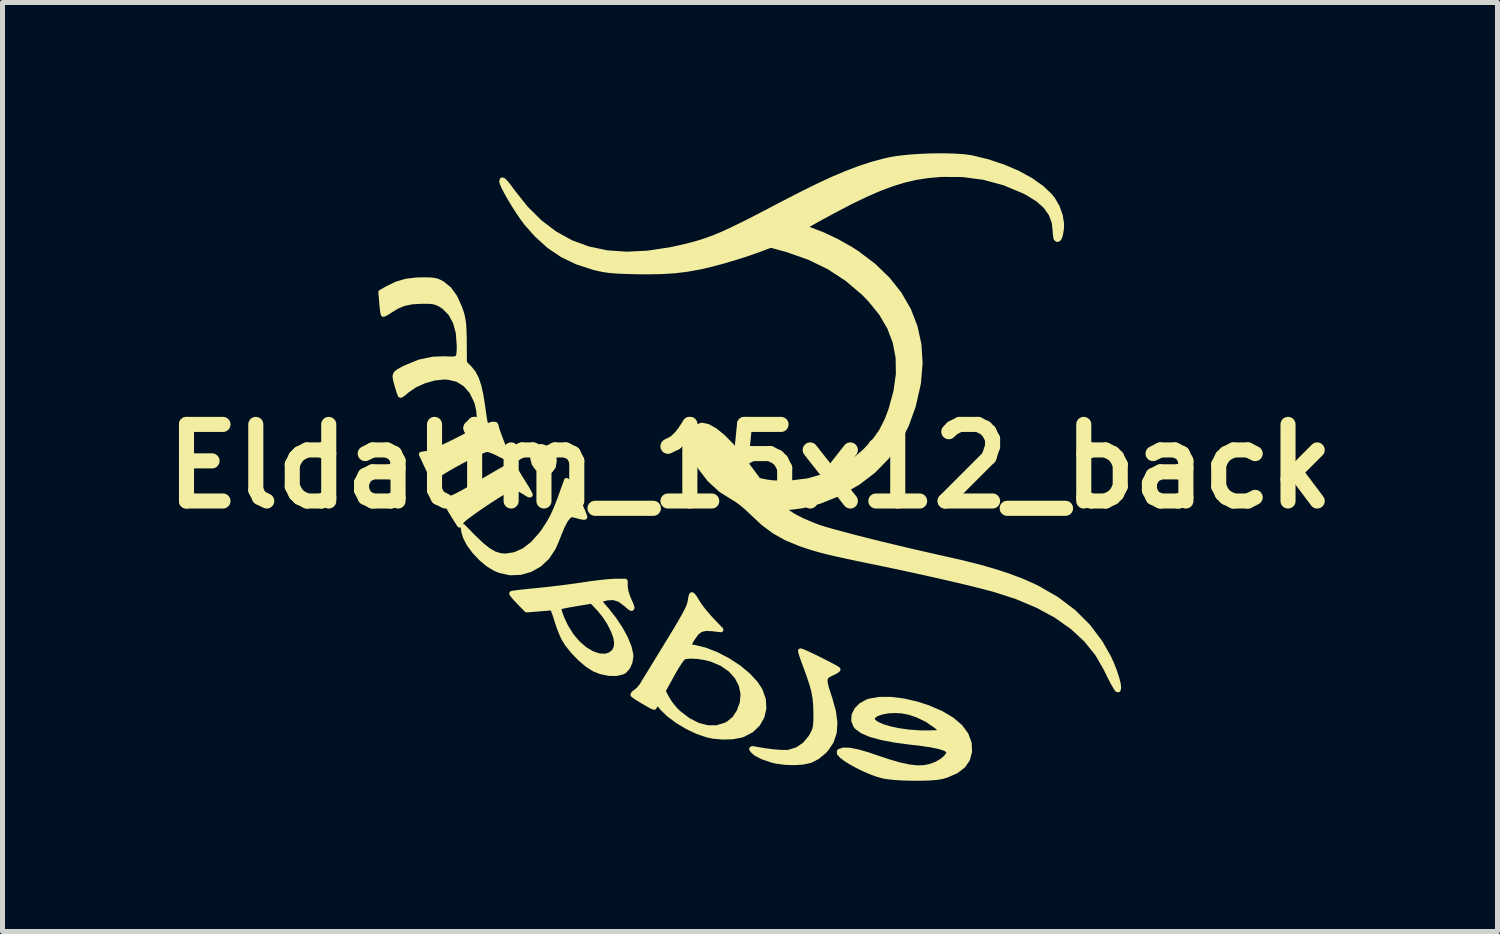
<source format=kicad_pcb>
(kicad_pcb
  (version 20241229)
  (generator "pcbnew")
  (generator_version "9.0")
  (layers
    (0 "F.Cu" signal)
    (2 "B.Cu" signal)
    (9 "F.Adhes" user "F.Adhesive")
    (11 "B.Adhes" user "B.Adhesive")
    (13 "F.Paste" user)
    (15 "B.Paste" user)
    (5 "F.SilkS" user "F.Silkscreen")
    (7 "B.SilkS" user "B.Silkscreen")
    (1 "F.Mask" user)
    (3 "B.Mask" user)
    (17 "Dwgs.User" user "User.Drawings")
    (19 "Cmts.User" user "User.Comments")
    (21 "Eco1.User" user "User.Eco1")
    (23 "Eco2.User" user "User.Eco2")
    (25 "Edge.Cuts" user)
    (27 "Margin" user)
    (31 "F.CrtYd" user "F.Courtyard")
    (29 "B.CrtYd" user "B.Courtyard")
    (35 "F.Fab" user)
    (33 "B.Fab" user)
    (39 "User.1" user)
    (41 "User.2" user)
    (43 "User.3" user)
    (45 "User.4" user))
  (footprint "Eldalim_15x12_back"
    (layer "F.Cu")
    (at 11.873 6.229)
    (property "Reference" "Eldalim_15x12_back" (at 0 0 0) (layer "F.SilkS") (effects (font (size 1.524 1.524) (thickness 0.3))))
    (attr through_hole)
    (fp_poly (pts (xy -3.895 -0.108) (xy -3.915 0.006) (xy -3.97 0.081) (xy -4.048 0.113) (xy -4.141 0.097) (xy -4.236 0.03) (xy -4.297 -0.059) (xy -4.322 -0.158) (xy -4.314 -0.254) (xy -4.276 -0.334) (xy -4.209 -0.384) (xy -4.151 -0.395) (xy -4.075 -0.371) (xy -3.998 -0.309) (xy -3.934 -0.226) (xy -3.898 -0.139) (xy -3.895 -0.108)) (stroke (width 0.1) (type solid)) (fill yes) (layer "F.SilkS"))
    (fp_poly (pts (xy -4.374 0.567) (xy -4.394 0.569) (xy -4.443 0.542) (xy -4.469 0.524) (xy -4.588 0.455) (xy -4.704 0.431) (xy -4.801 0.453) (xy -4.9 0.508) (xy -5.022 0.582) (xy -5.156 0.669) (xy -5.295 0.761) (xy -5.43 0.853) (xy -5.55 0.939) (xy -5.649 1.012) (xy -5.715 1.067) (xy -5.74 1.095) (xy -5.779 1.168) (xy -5.877 1.015) (xy -5.947 0.901) (xy -6.006 0.798) (xy -6.049 0.716) (xy -6.067 0.668) (xy -6.068 0.665) (xy -6.043 0.653) (xy -5.992 0.649) (xy -5.942 0.634) (xy -5.85 0.592) (xy -5.72 0.524) (xy -5.558 0.434) (xy -5.368 0.324) (xy -5.346 0.31) (xy -5.183 0.215) (xy -5.036 0.13) (xy -4.912 0.059) (xy -4.817 0.007) (xy -4.759 -0.023) (xy -4.745 -0.028) (xy -4.713 -0.005) (xy -4.675 0.051) (xy -4.668 0.064) (xy -4.629 0.132) (xy -4.572 0.229) (xy -4.506 0.333) (xy -4.498 0.347) (xy -4.44 0.439) (xy -4.397 0.516) (xy -4.375 0.561) (xy -4.374 0.567)) (stroke (width 0.1) (type solid)) (fill yes) (layer "F.SilkS"))
    (fp_poly (pts (xy -3.288 1.011) (xy -3.321 1.012) (xy -3.387 0.999) (xy -3.411 0.992) (xy -3.488 0.971) (xy -3.543 0.96) (xy -3.551 0.96) (xy -3.606 0.987) (xy -3.668 1.065) (xy -3.735 1.191) (xy -3.785 1.311) (xy -3.831 1.427) (xy -3.875 1.533) (xy -3.909 1.61) (xy -3.915 1.623) (xy -4.037 1.807) (xy -4.192 1.952) (xy -4.371 2.053) (xy -4.567 2.109) (xy -4.771 2.117) (xy -4.977 2.073) (xy -5.066 2.036) (xy -5.21 1.949) (xy -5.352 1.83) (xy -5.482 1.692) (xy -5.59 1.546) (xy -5.664 1.403) (xy -5.693 1.305) (xy -5.71 1.199) (xy -5.496 1.416) (xy -5.341 1.564) (xy -5.208 1.67) (xy -5.089 1.739) (xy -4.976 1.776) (xy -4.872 1.786) (xy -4.681 1.758) (xy -4.495 1.675) (xy -4.317 1.537) (xy -4.148 1.345) (xy -4.094 1.27) (xy -4.004 1.131) (xy -3.929 0.997) (xy -3.861 0.848) (xy -3.791 0.669) (xy -3.764 0.595) (xy -3.722 0.477) (xy -3.685 0.375) (xy -3.66 0.305) (xy -3.652 0.282) (xy -3.634 0.29) (xy -3.598 0.344) (xy -3.545 0.438) (xy -3.479 0.568) (xy -3.455 0.618) (xy -3.392 0.752) (xy -3.341 0.866) (xy -3.305 0.953) (xy -3.288 1.003) (xy -3.288 1.011)) (stroke (width 0.1) (type solid)) (fill yes) (layer "F.SilkS"))
    (fp_poly (pts (xy 1.75 4.042) (xy 1.726 4.063) (xy 1.666 4.097) (xy 1.623 4.118) (xy 1.556 4.151) (xy 1.513 4.187) (xy 1.493 4.236) (xy 1.495 4.307) (xy 1.519 4.408) (xy 1.564 4.549) (xy 1.586 4.614) (xy 1.659 4.874) (xy 1.689 5.1) (xy 1.675 5.299) (xy 1.616 5.473) (xy 1.513 5.627) (xy 1.47 5.673) (xy 1.339 5.78) (xy 1.205 5.85) (xy 1.2 5.851) (xy 1.058 5.883) (xy 0.883 5.895) (xy 0.696 5.889) (xy 0.519 5.865) (xy 0.437 5.845) (xy 0.25 5.781) (xy 0.118 5.712) (xy 0.054 5.656) (xy 0.033 5.624) (xy 0.047 5.616) (xy 0.106 5.625) (xy 0.113 5.627) (xy 0.281 5.656) (xy 0.45 5.678) (xy 0.603 5.691) (xy 0.725 5.693) (xy 0.774 5.689) (xy 0.942 5.636) (xy 1.09 5.535) (xy 1.209 5.393) (xy 1.228 5.36) (xy 1.266 5.287) (xy 1.291 5.224) (xy 1.304 5.154) (xy 1.31 5.063) (xy 1.311 4.934) (xy 1.311 4.911) (xy 1.307 4.752) (xy 1.293 4.61) (xy 1.268 4.47) (xy 1.227 4.319) (xy 1.167 4.141) (xy 1.105 3.973) (xy 1.062 3.855) (xy 1.028 3.758) (xy 1.008 3.694) (xy 1.005 3.672) (xy 1.032 3.68) (xy 1.099 3.708) (xy 1.194 3.751) (xy 1.306 3.805) (xy 1.425 3.864) (xy 1.539 3.922) (xy 1.638 3.974) (xy 1.711 4.014) (xy 1.748 4.038) (xy 1.75 4.042)) (stroke (width 0.1) (type solid)) (fill yes) (layer "F.SilkS"))
    (fp_poly (pts (xy -2.348 2.813) (xy -2.36 2.827) (xy -2.404 2.799) (xy -2.467 2.743) (xy -2.591 2.65) (xy -2.714 2.61) (xy -2.847 2.617) (xy -2.898 2.631) (xy -3.017 2.667) (xy -2.858 2.85) (xy -2.708 3.04) (xy -2.579 3.234) (xy -2.477 3.422) (xy -2.407 3.594) (xy -2.373 3.742) (xy -2.371 3.785) (xy -2.389 3.897) (xy -2.436 3.999) (xy -2.503 4.073) (xy -2.529 4.088) (xy -2.654 4.12) (xy -2.654 3.51) (xy -2.672 3.397) (xy -2.724 3.258) (xy -2.801 3.108) (xy -2.897 2.961) (xy -3.001 2.835) (xy -3.147 2.681) (xy -3.466 2.734) (xy -3.593 2.756) (xy -3.7 2.777) (xy -3.772 2.793) (xy -3.8 2.803) (xy -3.803 2.842) (xy -3.783 2.919) (xy -3.743 3.024) (xy -3.688 3.144) (xy -3.658 3.202) (xy -3.55 3.374) (xy -3.423 3.522) (xy -3.284 3.641) (xy -3.141 3.726) (xy -3.001 3.773) (xy -2.871 3.777) (xy -2.785 3.749) (xy -2.704 3.687) (xy -2.663 3.601) (xy -2.654 3.51) (xy -2.654 4.12) (xy -2.655 4.12) (xy -2.808 4.119) (xy -2.97 4.085) (xy -3.097 4.035) (xy -3.233 3.949) (xy -3.377 3.827) (xy -3.517 3.684) (xy -3.636 3.534) (xy -3.703 3.427) (xy -3.747 3.331) (xy -3.797 3.205) (xy -3.841 3.072) (xy -3.849 3.047) (xy -3.882 2.941) (xy -3.913 2.861) (xy -3.936 2.817) (xy -3.943 2.813) (xy -3.981 2.818) (xy -4.06 2.825) (xy -4.166 2.834) (xy -4.206 2.837) (xy -4.445 2.856) (xy -4.599 2.698) (xy -4.669 2.623) (xy -4.719 2.564) (xy -4.74 2.532) (xy -4.74 2.529) (xy -4.709 2.523) (xy -4.631 2.512) (xy -4.516 2.499) (xy -4.373 2.484) (xy -4.243 2.471) (xy -4.037 2.45) (xy -3.806 2.423) (xy -3.574 2.393) (xy -3.367 2.364) (xy -3.314 2.356) (xy -3.144 2.331) (xy -2.976 2.31) (xy -2.827 2.295) (xy -2.711 2.287) (xy -2.676 2.286) (xy -2.484 2.286) (xy -2.483 2.392) (xy -2.471 2.478) (xy -2.439 2.584) (xy -2.413 2.649) (xy -2.366 2.754) (xy -2.348 2.813)) (stroke (width 0.1) (type solid)) (fill yes) (layer "F.SilkS"))
    (fp_poly (pts (xy 4.368 5.671) (xy 4.328 5.826) (xy 4.239 5.956) (xy 4.1 6.062) (xy 3.91 6.145) (xy 3.824 6.171) (xy 3.722 6.188) (xy 3.578 6.2) (xy 3.406 6.205) (xy 3.22 6.205) (xy 3.034 6.2) (xy 2.863 6.189) (xy 2.719 6.173) (xy 2.667 6.164) (xy 2.545 6.131) (xy 2.411 6.083) (xy 2.271 6.023) (xy 2.135 5.956) (xy 2.009 5.887) (xy 1.903 5.82) (xy 1.823 5.759) (xy 1.779 5.709) (xy 1.777 5.674) (xy 1.783 5.669) (xy 1.861 5.645) (xy 1.979 5.648) (xy 2.138 5.679) (xy 2.342 5.737) (xy 2.479 5.784) (xy 2.748 5.874) (xy 2.974 5.94) (xy 3.164 5.981) (xy 3.326 5.999) (xy 3.467 5.995) (xy 3.595 5.968) (xy 3.715 5.922) (xy 3.816 5.863) (xy 3.896 5.796) (xy 3.946 5.729) (xy 3.957 5.673) (xy 3.948 5.655) (xy 3.887 5.615) (xy 3.808 5.589) (xy 3.808 5.271) (xy 3.786 5.237) (xy 3.722 5.18) (xy 3.704 5.165) (xy 3.521 5.039) (xy 3.327 4.946) (xy 3.176 4.896) (xy 3.037 4.867) (xy 2.891 4.858) (xy 2.748 4.865) (xy 2.62 4.888) (xy 2.516 4.924) (xy 2.449 4.972) (xy 2.427 5.024) (xy 2.454 5.078) (xy 2.53 5.131) (xy 2.646 5.181) (xy 2.795 5.225) (xy 2.969 5.261) (xy 3.16 5.287) (xy 3.361 5.302) (xy 3.448 5.304) (xy 3.576 5.303) (xy 3.687 5.3) (xy 3.765 5.294) (xy 3.794 5.289) (xy 3.808 5.271) (xy 3.808 5.589) (xy 3.773 5.577) (xy 3.604 5.542) (xy 3.381 5.509) (xy 3.211 5.49) (xy 2.887 5.447) (xy 2.616 5.396) (xy 2.399 5.336) (xy 2.237 5.267) (xy 2.129 5.189) (xy 2.104 5.159) (xy 2.063 5.056) (xy 2.071 4.948) (xy 2.122 4.844) (xy 2.213 4.753) (xy 2.337 4.685) (xy 2.378 4.671) (xy 2.571 4.637) (xy 2.798 4.636) (xy 3.051 4.667) (xy 3.319 4.729) (xy 3.536 4.799) (xy 3.802 4.913) (xy 4.019 5.042) (xy 4.185 5.185) (xy 4.299 5.341) (xy 4.36 5.507) (xy 4.368 5.671)) (stroke (width 0.1) (type solid)) (fill yes) (layer "F.SilkS"))
    (fp_poly (pts (xy 0.275 4.812) (xy 0.238 4.978) (xy 0.154 5.126) (xy 0.028 5.248) (xy -0.137 5.335) (xy -0.139 5.335) (xy -0.139 4.522) (xy -0.176 4.348) (xy -0.26 4.187) (xy -0.388 4.044) (xy -0.558 3.926) (xy -0.76 3.839) (xy -0.903 3.803) (xy -1.052 3.781) (xy -1.189 3.775) (xy -1.296 3.787) (xy -1.312 3.792) (xy -1.351 3.825) (xy -1.408 3.903) (xy -1.481 4.019) (xy -1.55 4.14) (xy -1.731 4.469) (xy -1.652 4.62) (xy -1.585 4.724) (xy -1.497 4.832) (xy -1.43 4.9) (xy -1.233 5.051) (xy -1.036 5.152) (xy -0.842 5.202) (xy -0.657 5.201) (xy -0.483 5.147) (xy -0.426 5.116) (xy -0.311 5.021) (xy -0.222 4.889) (xy -0.22 4.886) (xy -0.153 4.703) (xy -0.139 4.522) (xy -0.139 5.335) (xy -0.18 5.349) (xy -0.347 5.38) (xy -0.539 5.386) (xy -0.734 5.369) (xy -0.847 5.345) (xy -1.044 5.278) (xy -1.246 5.182) (xy -1.44 5.066) (xy -1.61 4.94) (xy -1.742 4.812) (xy -1.77 4.779) (xy -1.817 4.72) (xy -1.845 4.703) (xy -1.865 4.721) (xy -1.872 4.732) (xy -1.898 4.778) (xy -1.907 4.793) (xy -1.933 4.785) (xy -1.993 4.754) (xy -2.073 4.708) (xy -2.16 4.657) (xy -2.241 4.607) (xy -2.301 4.567) (xy -2.328 4.545) (xy -2.316 4.518) (xy -2.275 4.489) (xy -2.218 4.442) (xy -2.159 4.371) (xy -2.146 4.351) (xy -2.116 4.3) (xy -2.06 4.209) (xy -1.983 4.084) (xy -1.89 3.932) (xy -1.785 3.76) (xy -1.672 3.576) (xy -1.645 3.531) (xy -1.511 3.312) (xy -1.405 3.134) (xy -1.324 2.994) (xy -1.265 2.884) (xy -1.225 2.801) (xy -1.202 2.738) (xy -1.192 2.691) (xy -1.179 2.613) (xy -1.164 2.562) (xy -1.157 2.554) (xy -1.134 2.57) (xy -1.095 2.624) (xy -1.058 2.686) (xy -1.003 2.771) (xy -0.922 2.878) (xy -0.827 2.99) (xy -0.78 3.041) (xy -0.58 3.251) (xy -0.742 3.231) (xy -0.88 3.224) (xy -0.983 3.248) (xy -1.065 3.31) (xy -1.142 3.419) (xy -1.148 3.428) (xy -1.237 3.58) (xy -1.119 3.6) (xy -0.893 3.655) (xy -0.662 3.746) (xy -0.435 3.864) (xy -0.224 4.003) (xy -0.04 4.156) (xy 0.109 4.316) (xy 0.2 4.455) (xy 0.264 4.635) (xy 0.275 4.812)) (stroke (width 0.1) (type solid)) (fill yes) (layer "F.SilkS"))
    (fp_poly (pts (xy -4.836 -0.179) (xy -4.864 -0.185) (xy -4.928 -0.213) (xy -5.008 -0.253) (xy -5.102 -0.298) (xy -5.185 -0.329) (xy -5.231 -0.338) (xy -5.282 -0.325) (xy -5.371 -0.288) (xy -5.487 -0.234) (xy -5.62 -0.167) (xy -5.761 -0.093) (xy -5.899 -0.017) (xy -6.025 0.055) (xy -6.128 0.118) (xy -6.199 0.167) (xy -6.226 0.194) (xy -6.257 0.248) (xy -6.274 0.273) (xy -6.293 0.256) (xy -6.328 0.198) (xy -6.375 0.108) (xy -6.415 0.025) (xy -6.538 -0.24) (xy -6.437 -0.256) (xy -6.366 -0.275) (xy -6.262 -0.316) (xy -6.134 -0.371) (xy -5.992 -0.437) (xy -5.847 -0.509) (xy -5.708 -0.58) (xy -5.586 -0.648) (xy -5.49 -0.705) (xy -5.431 -0.748) (xy -5.419 -0.762) (xy -5.393 -0.853) (xy -5.386 -0.977) (xy -5.399 -1.117) (xy -5.429 -1.254) (xy -5.444 -1.298) (xy -5.539 -1.49) (xy -5.664 -1.633) (xy -5.817 -1.728) (xy -5.998 -1.773) (xy -6.086 -1.778) (xy -6.281 -1.758) (xy -6.482 -1.701) (xy -6.67 -1.616) (xy -6.826 -1.509) (xy -6.851 -1.487) (xy -6.908 -1.439) (xy -6.949 -1.415) (xy -6.957 -1.416) (xy -6.972 -1.449) (xy -6.996 -1.521) (xy -7.025 -1.618) (xy -7.027 -1.626) (xy -7.054 -1.728) (xy -7.063 -1.796) (xy -7.045 -1.845) (xy -6.995 -1.887) (xy -6.904 -1.937) (xy -6.857 -1.961) (xy -6.581 -2.075) (xy -6.301 -2.133) (xy -6.068 -2.14) (xy -5.942 -2.135) (xy -5.861 -2.14) (xy -5.814 -2.166) (xy -5.793 -2.223) (xy -5.786 -2.318) (xy -5.786 -2.419) (xy -5.805 -2.662) (xy -5.863 -2.872) (xy -5.957 -3.043) (xy -6.086 -3.174) (xy -6.152 -3.217) (xy -6.222 -3.252) (xy -6.29 -3.273) (xy -6.372 -3.283) (xy -6.488 -3.285) (xy -6.533 -3.285) (xy -6.724 -3.274) (xy -6.88 -3.243) (xy -7.02 -3.186) (xy -7.157 -3.103) (xy -7.229 -3.056) (xy -7.281 -3.029) (xy -7.297 -3.026) (xy -7.305 -3.058) (xy -7.316 -3.132) (xy -7.326 -3.232) (xy -7.327 -3.251) (xy -7.345 -3.464) (xy -7.222 -3.535) (xy -7.031 -3.628) (xy -6.84 -3.684) (xy -6.626 -3.709) (xy -6.519 -3.711) (xy -6.388 -3.71) (xy -6.297 -3.703) (xy -6.228 -3.687) (xy -6.164 -3.659) (xy -6.121 -3.634) (xy -5.987 -3.526) (xy -5.873 -3.368) (xy -5.778 -3.158) (xy -5.754 -3.09) (xy -5.727 -3) (xy -5.709 -2.912) (xy -5.697 -2.813) (xy -5.69 -2.687) (xy -5.686 -2.523) (xy -5.686 -2.476) (xy -5.683 -2.059) (xy -5.579 -1.952) (xy -5.505 -1.861) (xy -5.446 -1.747) (xy -5.396 -1.602) (xy -5.355 -1.418) (xy -5.319 -1.187) (xy -5.315 -1.157) (xy -5.294 -1.006) (xy -5.277 -0.903) (xy -5.262 -0.84) (xy -5.246 -0.81) (xy -5.228 -0.805) (xy -5.223 -0.807) (xy -5.125 -0.839) (xy -5.068 -0.835) (xy -5.052 -0.804) (xy -5.042 -0.758) (xy -5.014 -0.674) (xy -4.974 -0.564) (xy -4.938 -0.472) (xy -4.893 -0.356) (xy -4.859 -0.261) (xy -4.839 -0.198) (xy -4.836 -0.179)) (stroke (width 0.1) (type solid)) (fill yes) (layer "F.SilkS"))
    (fp_poly (pts (xy 7.334 4.398) (xy 7.333 4.409) (xy 7.324 4.445) (xy 7.309 4.443) (xy 7.277 4.397) (xy 7.263 4.374) (xy 7.223 4.304) (xy 7.169 4.201) (xy 7.11 4.082) (xy 7.086 4.03) (xy 6.912 3.728) (xy 6.687 3.449) (xy 6.413 3.196) (xy 6.09 2.968) (xy 5.719 2.767) (xy 5.302 2.592) (xy 4.883 2.457) (xy 4.681 2.402) (xy 4.431 2.339) (xy 4.141 2.269) (xy 3.816 2.194) (xy 3.465 2.115) (xy 3.094 2.034) (xy 2.712 1.953) (xy 2.413 1.891) (xy 2.132 1.833) (xy 1.898 1.783) (xy 1.704 1.74) (xy 1.54 1.702) (xy 1.401 1.666) (xy 1.276 1.631) (xy 1.159 1.594) (xy 1.04 1.554) (xy 0.997 1.539) (xy 0.721 1.425) (xy 0.483 1.292) (xy 0.263 1.128) (xy 0.078 0.955) (xy -0.052 0.832) (xy -0.175 0.727) (xy -0.281 0.652) (xy -0.317 0.632) (xy -0.578 0.469) (xy -0.805 0.261) (xy -0.997 0.011) (xy -1.115 -0.201) (xy -1.181 -0.358) (xy -1.212 -0.482) (xy -1.206 -0.583) (xy -1.163 -0.67) (xy -1.118 -0.722) (xy -1.047 -0.78) (xy -0.98 -0.814) (xy -0.957 -0.818) (xy -0.838 -0.793) (xy -0.7 -0.716) (xy -0.544 -0.59) (xy -0.374 -0.418) (xy -0.189 -0.199) (xy -0.077 -0.052) (xy 0.167 0.278) (xy 0.33 0.312) (xy 0.455 0.328) (xy 0.618 0.335) (xy 0.802 0.332) (xy 0.804 0.332) (xy 1.155 0.288) (xy 1.494 0.191) (xy 1.816 0.043) (xy 2.112 -0.151) (xy 2.284 -0.298) (xy 2.468 -0.493) (xy 2.613 -0.698) (xy 2.73 -0.93) (xy 2.805 -1.129) (xy 2.904 -1.494) (xy 2.952 -1.837) (xy 2.947 -2.162) (xy 2.889 -2.47) (xy 2.777 -2.764) (xy 2.612 -3.046) (xy 2.391 -3.318) (xy 2.254 -3.458) (xy 1.929 -3.733) (xy 1.572 -3.966) (xy 1.181 -4.156) (xy 0.751 -4.308) (xy 0.665 -4.332) (xy 0.414 -4.401) (xy 0.148 -4.302) (xy -0.056 -4.23) (xy -0.289 -4.156) (xy -0.531 -4.084) (xy -0.763 -4.022) (xy -0.965 -3.974) (xy -0.99 -3.969) (xy -1.242 -3.923) (xy -1.494 -3.892) (xy -1.763 -3.875) (xy -2.061 -3.87) (xy -2.292 -3.873) (xy -2.494 -3.879) (xy -2.652 -3.886) (xy -2.778 -3.896) (xy -2.886 -3.91) (xy -2.986 -3.929) (xy -3.092 -3.954) (xy -3.115 -3.96) (xy -3.443 -4.067) (xy -3.734 -4.207) (xy -3.998 -4.385) (xy -4.244 -4.608) (xy -4.445 -4.835) (xy -4.522 -4.937) (xy -4.607 -5.061) (xy -4.693 -5.196) (xy -4.775 -5.331) (xy -4.846 -5.457) (xy -4.901 -5.564) (xy -4.933 -5.641) (xy -4.939 -5.669) (xy -4.931 -5.698) (xy -4.904 -5.689) (xy -4.855 -5.638) (xy -4.782 -5.544) (xy -4.727 -5.468) (xy -4.464 -5.137) (xy -4.184 -4.858) (xy -3.884 -4.631) (xy -3.562 -4.453) (xy -3.218 -4.327) (xy -2.85 -4.249) (xy -2.456 -4.221) (xy -2.035 -4.242) (xy -1.585 -4.31) (xy -1.468 -4.335) (xy -1.296 -4.374) (xy -1.141 -4.413) (xy -0.994 -4.455) (xy -0.851 -4.502) (xy -0.703 -4.557) (xy -0.545 -4.623) (xy -0.371 -4.703) (xy -0.173 -4.799) (xy 0.054 -4.913) (xy 0.318 -5.05) (xy 0.625 -5.211) (xy 0.631 -5.214) (xy 1.009 -5.409) (xy 1.346 -5.576) (xy 1.65 -5.717) (xy 1.928 -5.834) (xy 2.184 -5.931) (xy 2.427 -6.01) (xy 2.663 -6.074) (xy 2.768 -6.098) (xy 2.937 -6.128) (xy 3.143 -6.151) (xy 3.374 -6.167) (xy 3.615 -6.177) (xy 3.853 -6.179) (xy 4.074 -6.173) (xy 4.266 -6.16) (xy 4.405 -6.14) (xy 4.734 -6.06) (xy 5.045 -5.956) (xy 5.332 -5.833) (xy 5.586 -5.693) (xy 5.801 -5.541) (xy 5.969 -5.381) (xy 6.024 -5.312) (xy 6.112 -5.159) (xy 6.173 -4.989) (xy 6.199 -4.822) (xy 6.195 -4.72) (xy 6.176 -4.611) (xy 6.156 -4.548) (xy 6.132 -4.52) (xy 6.11 -4.516) (xy 6.086 -4.541) (xy 6.075 -4.62) (xy 6.074 -4.654) (xy 6.054 -4.85) (xy 5.99 -5.023) (xy 5.881 -5.178) (xy 5.722 -5.317) (xy 5.511 -5.447) (xy 5.447 -5.479) (xy 5.054 -5.642) (xy 4.651 -5.751) (xy 4.235 -5.806) (xy 3.802 -5.809) (xy 3.527 -5.784) (xy 3.301 -5.749) (xy 3.072 -5.696) (xy 2.834 -5.623) (xy 2.581 -5.529) (xy 2.305 -5.409) (xy 2 -5.262) (xy 1.66 -5.084) (xy 1.482 -4.988) (xy 1.325 -4.902) (xy 1.214 -4.84) (xy 1.143 -4.796) (xy 1.108 -4.766) (xy 1.106 -4.745) (xy 1.131 -4.728) (xy 1.179 -4.711) (xy 1.219 -4.698) (xy 1.462 -4.604) (xy 1.724 -4.479) (xy 1.984 -4.333) (xy 2.123 -4.245) (xy 2.456 -3.994) (xy 2.74 -3.72) (xy 2.973 -3.425) (xy 3.155 -3.109) (xy 3.284 -2.775) (xy 3.361 -2.424) (xy 3.384 -2.058) (xy 3.353 -1.678) (xy 3.343 -1.619) (xy 3.248 -1.202) (xy 3.112 -0.824) (xy 2.936 -0.483) (xy 2.717 -0.18) (xy 2.455 0.089) (xy 2.149 0.322) (xy 1.798 0.523) (xy 1.739 0.552) (xy 1.388 0.694) (xy 1.049 0.782) (xy 0.849 0.809) (xy 0.64 0.828) (xy 0.722 0.893) (xy 0.86 0.986) (xy 1.043 1.081) (xy 1.26 1.172) (xy 1.369 1.213) (xy 1.479 1.248) (xy 1.637 1.293) (xy 1.836 1.347) (xy 2.067 1.408) (xy 2.324 1.474) (xy 2.599 1.542) (xy 2.885 1.611) (xy 3.173 1.68) (xy 3.458 1.745) (xy 3.731 1.807) (xy 3.796 1.821) (xy 4.201 1.913) (xy 4.557 2.002) (xy 4.87 2.092) (xy 5.149 2.183) (xy 5.401 2.278) (xy 5.632 2.38) (xy 5.729 2.428) (xy 6.106 2.646) (xy 6.438 2.898) (xy 6.725 3.184) (xy 6.966 3.503) (xy 7.133 3.796) (xy 7.195 3.931) (xy 7.25 4.072) (xy 7.294 4.206) (xy 7.324 4.319) (xy 7.334 4.398)) (stroke (width 0.1) (type solid)) (fill yes) (layer "F.SilkS")))
  (gr_rect
    (start -3 -3)
    (end 26.745 15.484)
    (stroke (width 0.1) (type default))
    (fill no)
    (layer "Edge.Cuts")))
</source>
